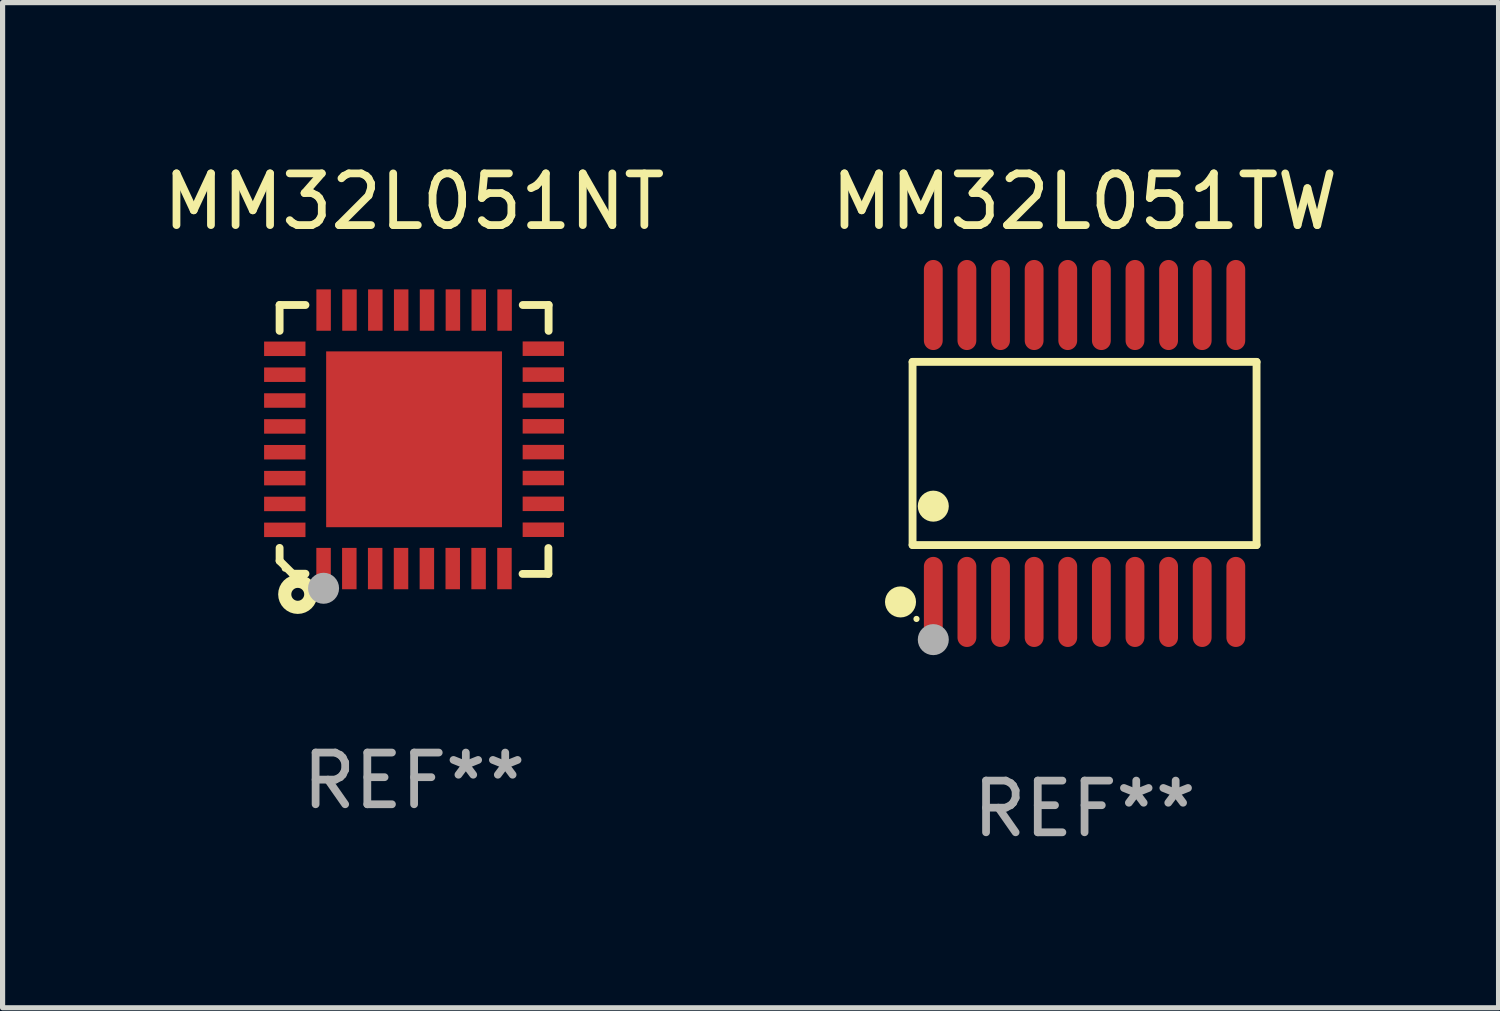
<source format=kicad_pcb>
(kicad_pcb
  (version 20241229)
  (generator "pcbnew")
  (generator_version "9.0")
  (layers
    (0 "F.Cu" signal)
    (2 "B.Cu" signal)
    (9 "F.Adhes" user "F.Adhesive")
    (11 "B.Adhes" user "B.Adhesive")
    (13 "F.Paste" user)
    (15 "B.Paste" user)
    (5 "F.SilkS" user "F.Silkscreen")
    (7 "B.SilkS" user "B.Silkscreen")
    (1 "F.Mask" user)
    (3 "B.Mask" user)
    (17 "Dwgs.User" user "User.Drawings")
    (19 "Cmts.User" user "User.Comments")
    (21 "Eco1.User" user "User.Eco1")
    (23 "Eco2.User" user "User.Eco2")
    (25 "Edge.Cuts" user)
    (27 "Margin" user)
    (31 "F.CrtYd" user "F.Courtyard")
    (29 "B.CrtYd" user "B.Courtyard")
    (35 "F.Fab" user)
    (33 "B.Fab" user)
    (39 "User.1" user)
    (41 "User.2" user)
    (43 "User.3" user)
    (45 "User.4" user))
  (footprint "MM32L051TW"
    (layer "F.Cu")
    (at 17.923 5.719)
    (property "Reference" "MM32L051TW" (at 0 -4.871 0) (layer "F.SilkS") (effects (font (size 1 1) (thickness 0.15))))
    (attr through_hole)
    (fp_line (start -3.326 -1.771) (end 3.326 -1.771) (stroke (width 0.152) (type solid)) (layer "F.SilkS"))
    (fp_line (start -3.326 1.771) (end -3.326 -1.771) (stroke (width 0.152) (type solid)) (layer "F.SilkS"))
    (fp_line (start 3.326 -1.771) (end 3.326 1.771) (stroke (width 0.152) (type solid)) (layer "F.SilkS"))
    (fp_line (start 3.326 1.771) (end -3.326 1.771) (stroke (width 0.152) (type solid)) (layer "F.SilkS"))
    (fp_circle (center -3.559 2.871) (end -3.409 2.871) (stroke (width 0.3) (type solid)) (fill no) (layer "F.SilkS"))
    (fp_circle (center -3.25 3.2) (end -3.22 3.2) (stroke (width 0.06) (type solid)) (fill no) (layer "F.SilkS"))
    (fp_circle (center -2.925 1.019) (end -2.775 1.019) (stroke (width 0.3) (type solid)) (fill no) (layer "F.SilkS"))
    (fp_circle (center -2.925 3.6) (end -2.775 3.6) (stroke (width 0.3) (type solid)) (fill no) (layer "F.Fab"))
    (fp_text user "REF**" (at 0 6.871 0) (layer "F.Fab") (effects (font (size 1 1) (thickness 0.15))))
    (pad "1" smd oval (at -2.925 2.871) (size 0.364 1.742) (layers "F.Cu" "F.Mask" "F.Paste"))
    (pad "2" smd oval (at -2.275 2.871) (size 0.364 1.742) (layers "F.Cu" "F.Mask" "F.Paste"))
    (pad "3" smd oval (at -1.625 2.871) (size 0.364 1.742) (layers "F.Cu" "F.Mask" "F.Paste"))
    (pad "4" smd oval (at -0.975 2.871) (size 0.364 1.742) (layers "F.Cu" "F.Mask" "F.Paste"))
    (pad "5" smd oval (at -0.325 2.871) (size 0.364 1.742) (layers "F.Cu" "F.Mask" "F.Paste"))
    (pad "6" smd oval (at 0.325 2.871) (size 0.364 1.742) (layers "F.Cu" "F.Mask" "F.Paste"))
    (pad "7" smd oval (at 0.975 2.871) (size 0.364 1.742) (layers "F.Cu" "F.Mask" "F.Paste"))
    (pad "8" smd oval (at 1.625 2.871) (size 0.364 1.742) (layers "F.Cu" "F.Mask" "F.Paste"))
    (pad "9" smd oval (at 2.275 2.871) (size 0.364 1.742) (layers "F.Cu" "F.Mask" "F.Paste"))
    (pad "10" smd oval (at 2.925 2.871) (size 0.364 1.742) (layers "F.Cu" "F.Mask" "F.Paste"))
    (pad "11" smd oval (at 2.925 -2.871) (size 0.364 1.742) (layers "F.Cu" "F.Mask" "F.Paste"))
    (pad "12" smd oval (at 2.275 -2.871) (size 0.364 1.742) (layers "F.Cu" "F.Mask" "F.Paste"))
    (pad "13" smd oval (at 1.625 -2.871) (size 0.364 1.742) (layers "F.Cu" "F.Mask" "F.Paste"))
    (pad "14" smd oval (at 0.975 -2.871) (size 0.364 1.742) (layers "F.Cu" "F.Mask" "F.Paste"))
    (pad "15" smd oval (at 0.325 -2.871) (size 0.364 1.742) (layers "F.Cu" "F.Mask" "F.Paste"))
    (pad "16" smd oval (at -0.325 -2.871) (size 0.364 1.742) (layers "F.Cu" "F.Mask" "F.Paste"))
    (pad "17" smd oval (at -0.975 -2.871) (size 0.364 1.742) (layers "F.Cu" "F.Mask" "F.Paste"))
    (pad "18" smd oval (at -1.625 -2.871) (size 0.364 1.742) (layers "F.Cu" "F.Mask" "F.Paste"))
    (pad "19" smd oval (at -2.275 -2.871) (size 0.364 1.742) (layers "F.Cu" "F.Mask" "F.Paste"))
    (pad "20" smd oval (at -2.925 -2.871) (size 0.364 1.742) (layers "F.Cu" "F.Mask" "F.Paste")))
  (footprint "MM32L051NT"
    (layer "F.Cu")
    (at 4.958 5.448)
    (property "Reference" "MM32L051NT" (at 0 -4.6 0) (layer "F.SilkS") (effects (font (size 1 1) (thickness 0.15))))
    (attr through_hole)
    (fp_line (start -2.601 2.097) (end -2.601 2.347) (stroke (width 0.152) (type solid)) (layer "F.SilkS"))
    (fp_line (start -2.601 2.347) (end -2.351 2.597) (stroke (width 0.152) (type solid)) (layer "F.SilkS"))
    (fp_line (start -2.601 -2.6) (end -2.601 -2.1) (stroke (width 0.152) (type solid)) (layer "F.SilkS"))
    (fp_line (start -2.601 -2.6) (end -2.101 -2.6) (stroke (width 0.152) (type solid)) (layer "F.SilkS"))
    (fp_line (start -2.351 2.597) (end -2.101 2.597) (stroke (width 0.152) (type solid)) (layer "F.SilkS"))
    (fp_line (start 2.597 2.6) (end 2.097 2.6) (stroke (width 0.152) (type solid)) (layer "F.SilkS"))
    (fp_line (start 2.597 2.6) (end 2.597 2.1) (stroke (width 0.152) (type solid)) (layer "F.SilkS"))
    (fp_line (start 2.601 -2.6) (end 2.101 -2.6) (stroke (width 0.152) (type solid)) (layer "F.SilkS"))
    (fp_line (start 2.601 -2.6) (end 2.601 -2.1) (stroke (width 0.152) (type solid)) (layer "F.SilkS"))
    (fp_circle (center -2.501 2.497) (end -2.471 2.497) (stroke (width 0.06) (type solid)) (fill no) (layer "F.SilkS"))
    (fp_circle (center -2.25 2.995) (end -2.125 2.995) (stroke (width 0.254) (type solid)) (fill no) (layer "F.SilkS"))
    (fp_circle (center -1.751 2.878) (end -1.601 2.878) (stroke (width 0.3) (type solid)) (fill no) (layer "F.Fab"))
    (fp_text user "REF**" (at 0 6.6 0) (layer "F.Fab") (effects (font (size 1 1) (thickness 0.15))))
    (pad "1" smd rect (at -1.751 2.497) (size 0.28 0.8) (layers "F.Cu" "F.Mask" "F.Paste"))
    (pad "2" smd rect (at -1.253 2.497) (size 0.28 0.8) (layers "F.Cu" "F.Mask" "F.Paste"))
    (pad "3" smd rect (at -0.753 2.497) (size 0.28 0.8) (layers "F.Cu" "F.Mask" "F.Paste"))
    (pad "4" smd rect (at -0.253 2.497) (size 0.28 0.8) (layers "F.Cu" "F.Mask" "F.Paste"))
    (pad "5" smd rect (at 0.247 2.497) (size 0.28 0.8) (layers "F.Cu" "F.Mask" "F.Paste"))
    (pad "6" smd rect (at 0.747 2.497) (size 0.28 0.8) (layers "F.Cu" "F.Mask" "F.Paste"))
    (pad "7" smd rect (at 1.247 2.497) (size 0.28 0.8) (layers "F.Cu" "F.Mask" "F.Paste"))
    (pad "8" smd rect (at 1.747 2.497) (size 0.28 0.8) (layers "F.Cu" "F.Mask" "F.Paste"))
    (pad "9" smd rect (at 2.499 1.746) (size 0.8 0.28) (layers "F.Cu" "F.Mask" "F.Paste"))
    (pad "10" smd rect (at 2.499 1.245) (size 0.8 0.28) (layers "F.Cu" "F.Mask" "F.Paste"))
    (pad "11" smd rect (at 2.499 0.746) (size 0.8 0.28) (layers "F.Cu" "F.Mask" "F.Paste"))
    (pad "12" smd rect (at 2.499 0.245) (size 0.8 0.28) (layers "F.Cu" "F.Mask" "F.Paste"))
    (pad "13" smd rect (at 2.499 -0.254) (size 0.8 0.28) (layers "F.Cu" "F.Mask" "F.Paste"))
    (pad "14" smd rect (at 2.499 -0.755) (size 0.8 0.28) (layers "F.Cu" "F.Mask" "F.Paste"))
    (pad "15" smd rect (at 2.499 -1.254) (size 0.8 0.28) (layers "F.Cu" "F.Mask" "F.Paste"))
    (pad "16" smd rect (at 2.499 -1.755) (size 0.8 0.28) (layers "F.Cu" "F.Mask" "F.Paste"))
    (pad "17" smd rect (at 1.75 -2.502) (size 0.28 0.8) (layers "F.Cu" "F.Mask" "F.Paste"))
    (pad "18" smd rect (at 1.25 -2.502) (size 0.28 0.8) (layers "F.Cu" "F.Mask" "F.Paste"))
    (pad "19" smd rect (at 0.75 -2.502) (size 0.28 0.8) (layers "F.Cu" "F.Mask" "F.Paste"))
    (pad "20" smd rect (at 0.25 -2.502) (size 0.28 0.8) (layers "F.Cu" "F.Mask" "F.Paste"))
    (pad "21" smd rect (at -0.25 -2.502) (size 0.28 0.8) (layers "F.Cu" "F.Mask" "F.Paste"))
    (pad "22" smd rect (at -0.75 -2.502) (size 0.28 0.8) (layers "F.Cu" "F.Mask" "F.Paste"))
    (pad "23" smd rect (at -1.25 -2.502) (size 0.28 0.8) (layers "F.Cu" "F.Mask" "F.Paste"))
    (pad "24" smd rect (at -1.75 -2.502) (size 0.28 0.8) (layers "F.Cu" "F.Mask" "F.Paste"))
    (pad "25" smd rect (at -2.501 -1.753) (size 0.8 0.28) (layers "F.Cu" "F.Mask" "F.Paste"))
    (pad "26" smd rect (at -2.501 -1.252) (size 0.8 0.28) (layers "F.Cu" "F.Mask" "F.Paste"))
    (pad "27" smd rect (at -2.501 -0.753) (size 0.8 0.28) (layers "F.Cu" "F.Mask" "F.Paste"))
    (pad "28" smd rect (at -2.501 -0.252) (size 0.8 0.28) (layers "F.Cu" "F.Mask" "F.Paste"))
    (pad "29" smd rect (at -2.501 0.247) (size 0.8 0.28) (layers "F.Cu" "F.Mask" "F.Paste"))
    (pad "30" smd rect (at -2.501 0.748) (size 0.8 0.28) (layers "F.Cu" "F.Mask" "F.Paste"))
    (pad "31" smd rect (at -2.501 1.247) (size 0.8 0.28) (layers "F.Cu" "F.Mask" "F.Paste"))
    (pad "32" smd rect (at -2.501 1.748) (size 0.8 0.28) (layers "F.Cu" "F.Mask" "F.Paste"))
    (pad "33" smd rect (at -0.001 -0.003 180) (size 3.4 3.4) (layers "F.Cu" "F.Mask" "F.Paste")))
  (gr_rect
    (start -3 -3)
    (end 25.929 16.438)
    (stroke (width 0.1) (type default))
    (fill no)
    (layer "Edge.Cuts")))
</source>
